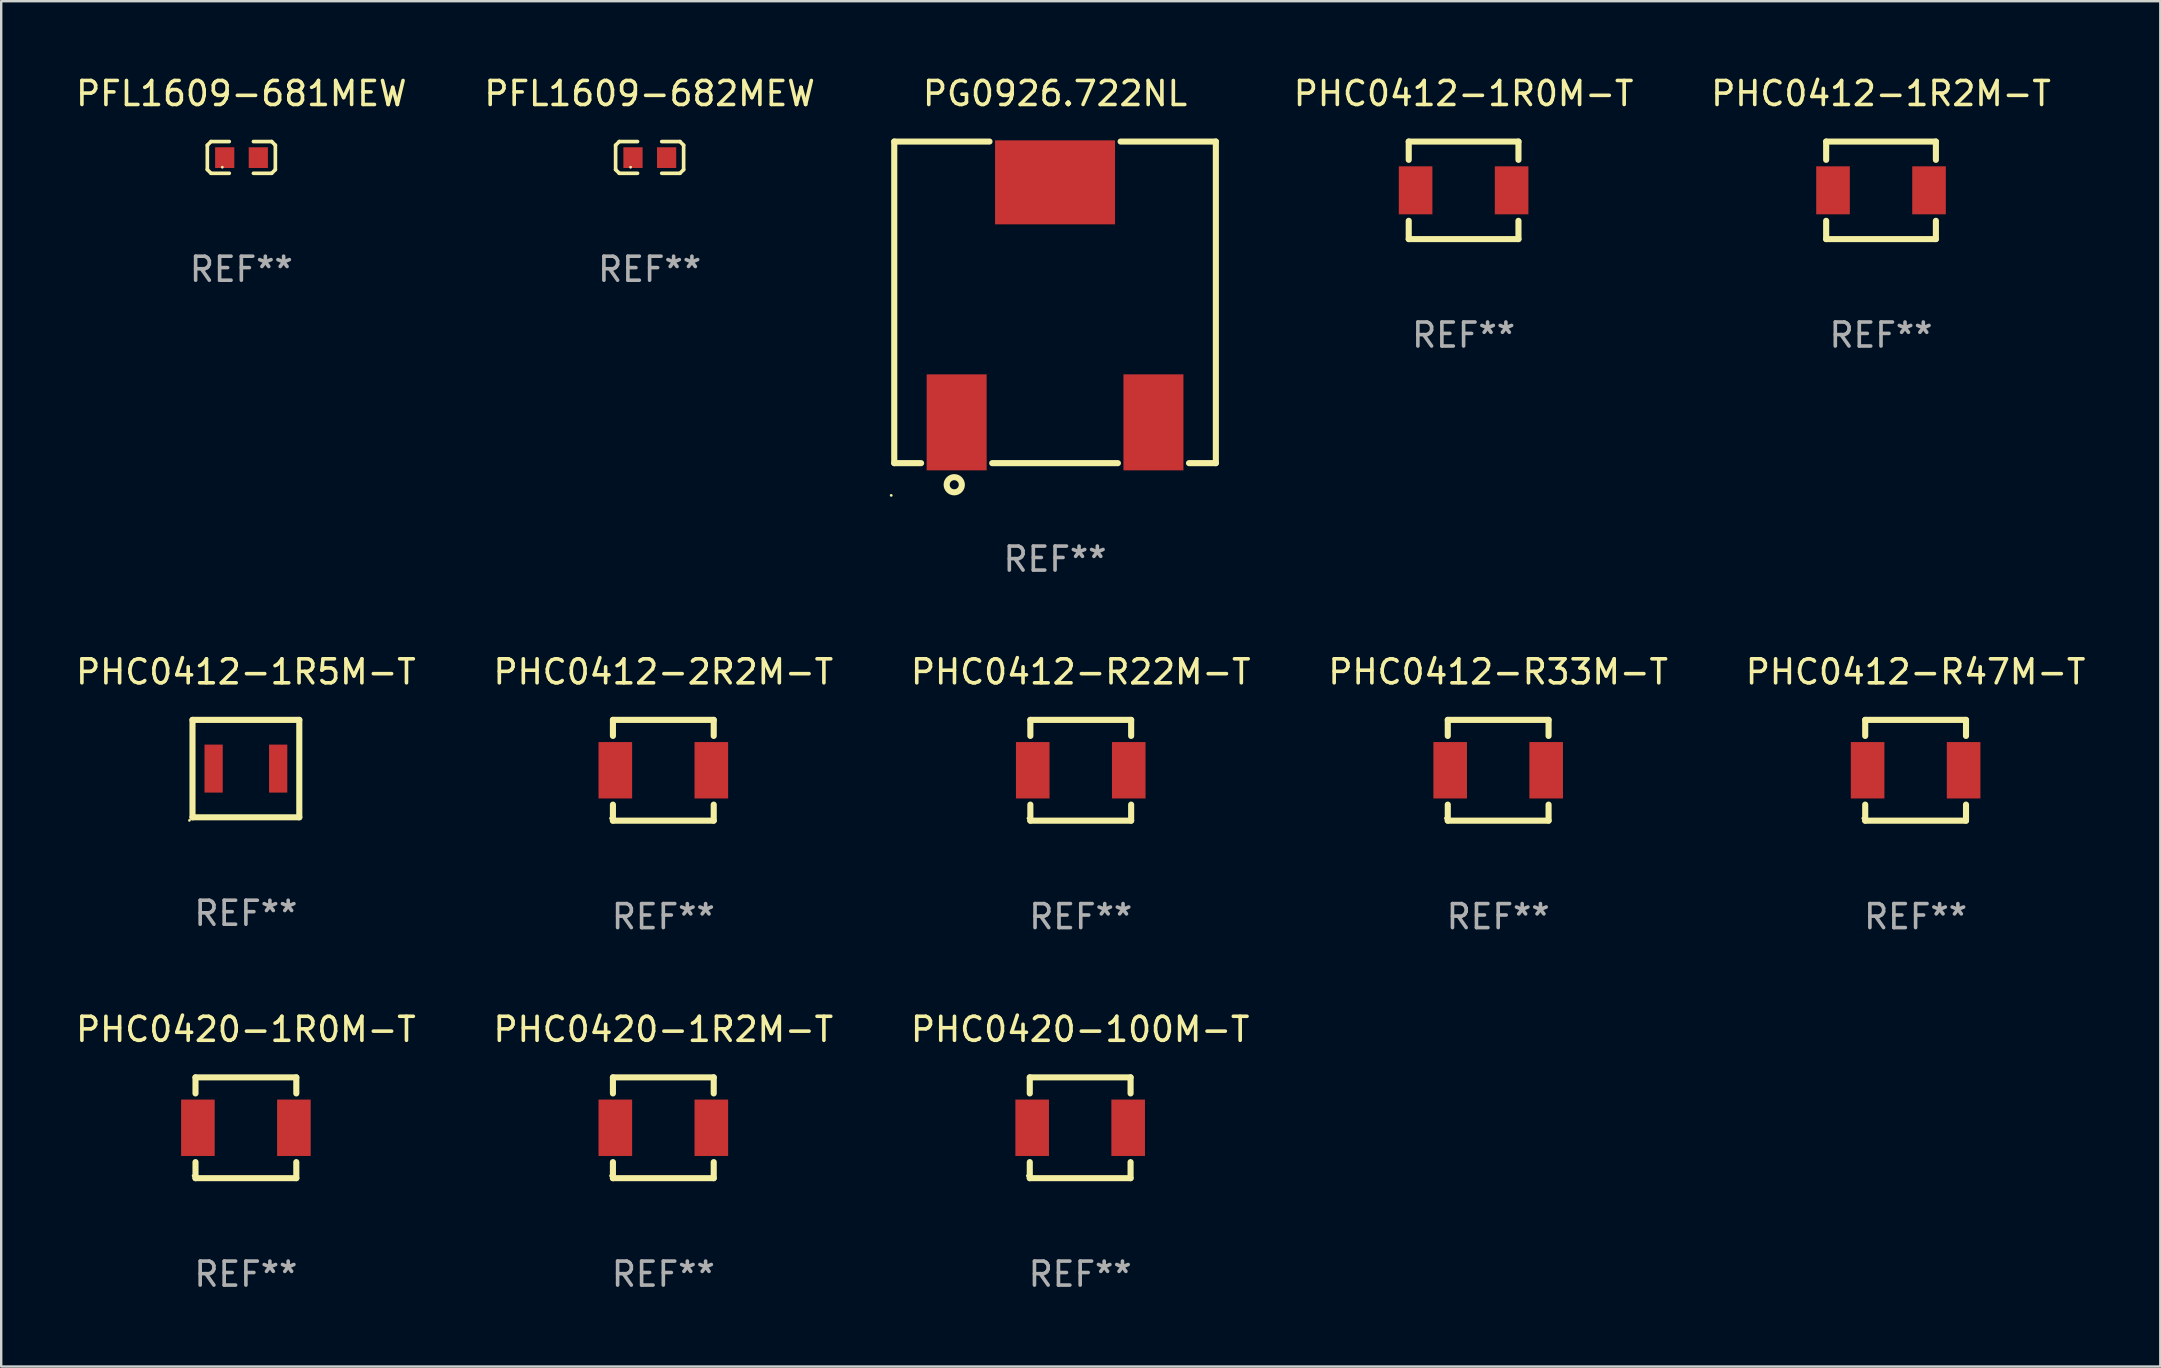
<source format=kicad_pcb>
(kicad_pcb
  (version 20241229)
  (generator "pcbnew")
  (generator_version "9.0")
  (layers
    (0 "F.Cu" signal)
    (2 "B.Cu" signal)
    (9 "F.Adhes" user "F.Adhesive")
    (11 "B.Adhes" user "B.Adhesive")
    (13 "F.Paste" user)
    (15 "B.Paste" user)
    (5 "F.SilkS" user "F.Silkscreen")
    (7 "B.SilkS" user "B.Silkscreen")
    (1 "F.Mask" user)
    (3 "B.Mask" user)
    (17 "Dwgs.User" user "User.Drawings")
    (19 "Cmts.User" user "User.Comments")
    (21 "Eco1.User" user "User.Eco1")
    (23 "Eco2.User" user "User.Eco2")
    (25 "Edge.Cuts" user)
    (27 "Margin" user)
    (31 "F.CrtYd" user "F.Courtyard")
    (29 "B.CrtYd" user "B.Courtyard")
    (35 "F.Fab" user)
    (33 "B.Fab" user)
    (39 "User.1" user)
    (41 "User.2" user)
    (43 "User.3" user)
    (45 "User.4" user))
  (footprint "PHC0412-R33M-T"
    (layer "F.Cu")
    (at 59.375 29.045)
    (property "Reference" "PHC0412-R33M-T" (at 0 -4.1 0) (layer "F.SilkS") (effects (font (size 1 1) (thickness 0.15))))
    (attr through_hole)
    (fp_line (start -2.1 -2.1) (end 2.1 -2.1) (stroke (width 0.254) (type solid)) (layer "F.SilkS"))
    (fp_line (start -2.1 -1.431) (end -2.1 -2.1) (stroke (width 0.254) (type solid)) (layer "F.SilkS"))
    (fp_line (start -2.1 2.1) (end -2.1 1.431) (stroke (width 0.254) (type solid)) (layer "F.SilkS"))
    (fp_line (start 2.1 -2.1) (end 2.1 -1.431) (stroke (width 0.254) (type solid)) (layer "F.SilkS"))
    (fp_line (start 2.1 1.431) (end 2.1 2.1) (stroke (width 0.254) (type solid)) (layer "F.SilkS"))
    (fp_line (start 2.1 2.1) (end -2.1 2.1) (stroke (width 0.254) (type solid)) (layer "F.SilkS"))
    (fp_circle (center -2.2 2) (end -2.17 2) (stroke (width 0.06) (type solid)) (fill no) (layer "F.SilkS"))
    (fp_text user "REF**" (at 0 6.1 0) (layer "F.Fab") (effects (font (size 1 1) (thickness 0.15))))
    (pad "1" smd rect (at -2 0) (size 1.4 2.35) (layers "F.Cu" "F.Mask" "F.Paste"))
    (pad "2" smd rect (at 2 0) (size 1.4 2.35) (layers "F.Cu" "F.Mask" "F.Paste")))
  (footprint "PFL1609-682MEW"
    (layer "F.Cu")
    (at 24.018 3.509)
    (property "Reference" "PFL1609-682MEW" (at 0 -2.661 0) (layer "F.SilkS") (effects (font (size 1 1) (thickness 0.15))))
    (attr through_hole)
    (fp_line (start -1.417 -0.508) (end -1.265 -0.661) (stroke (width 0.152) (type solid)) (layer "F.SilkS"))
    (fp_line (start -1.417 0.508) (end -1.417 -0.508) (stroke (width 0.152) (type solid)) (layer "F.SilkS"))
    (fp_line (start -1.265 -0.661) (end -0.503 -0.661) (stroke (width 0.152) (type solid)) (layer "F.SilkS"))
    (fp_line (start -1.265 0.661) (end -1.417 0.508) (stroke (width 0.152) (type solid)) (layer "F.SilkS"))
    (fp_line (start -1.265 0.661) (end -0.503 0.661) (stroke (width 0.152) (type solid)) (layer "F.SilkS"))
    (fp_line (start 1.265 -0.661) (end 0.503 -0.661) (stroke (width 0.152) (type solid)) (layer "F.SilkS"))
    (fp_line (start 1.265 -0.661) (end 1.417 -0.508) (stroke (width 0.152) (type solid)) (layer "F.SilkS"))
    (fp_line (start 1.265 0.661) (end 0.503 0.661) (stroke (width 0.152) (type solid)) (layer "F.SilkS"))
    (fp_line (start 1.417 -0.508) (end 1.417 0.508) (stroke (width 0.152) (type solid)) (layer "F.SilkS"))
    (fp_line (start 1.417 0.508) (end 1.265 0.661) (stroke (width 0.152) (type solid)) (layer "F.SilkS"))
    (fp_circle (center -0.793 0.409) (end -0.763 0.409) (stroke (width 0.06) (type solid)) (fill no) (layer "F.SilkS"))
    (fp_text user "REF**" (at 0 4.661 0) (layer "F.Fab") (effects (font (size 1 1) (thickness 0.15))))
    (pad "1" smd rect (at -0.693 0.009 180) (size 0.8 0.864) (layers "F.Cu" "F.Mask" "F.Paste"))
    (pad "2" smd rect (at 0.707 0.009 180) (size 0.8 0.864) (layers "F.Cu" "F.Mask" "F.Paste")))
  (footprint "PHC0412-2R2M-T"
    (layer "F.Cu")
    (at 24.589 29.045)
    (property "Reference" "PHC0412-2R2M-T" (at 0 -4.1 0) (layer "F.SilkS") (effects (font (size 1 1) (thickness 0.15))))
    (attr through_hole)
    (fp_line (start -2.1 -2.1) (end 2.1 -2.1) (stroke (width 0.254) (type solid)) (layer "F.SilkS"))
    (fp_line (start -2.1 -1.431) (end -2.1 -2.1) (stroke (width 0.254) (type solid)) (layer "F.SilkS"))
    (fp_line (start -2.1 2.1) (end -2.1 1.431) (stroke (width 0.254) (type solid)) (layer "F.SilkS"))
    (fp_line (start 2.1 -2.1) (end 2.1 -1.431) (stroke (width 0.254) (type solid)) (layer "F.SilkS"))
    (fp_line (start 2.1 1.431) (end 2.1 2.1) (stroke (width 0.254) (type solid)) (layer "F.SilkS"))
    (fp_line (start 2.1 2.1) (end -2.1 2.1) (stroke (width 0.254) (type solid)) (layer "F.SilkS"))
    (fp_circle (center -2.2 2) (end -2.17 2) (stroke (width 0.06) (type solid)) (fill no) (layer "F.SilkS"))
    (fp_text user "REF**" (at 0 6.1 0) (layer "F.Fab") (effects (font (size 1 1) (thickness 0.15))))
    (pad "1" smd rect (at -2 0) (size 1.4 2.35) (layers "F.Cu" "F.Mask" "F.Paste"))
    (pad "2" smd rect (at 2 0) (size 1.4 2.35) (layers "F.Cu" "F.Mask" "F.Paste")))
  (footprint "PFL1609-681MEW"
    (layer "F.Cu")
    (at 7.006 3.509)
    (property "Reference" "PFL1609-681MEW" (at 0 -2.661 0) (layer "F.SilkS") (effects (font (size 1 1) (thickness 0.15))))
    (attr through_hole)
    (fp_line (start -1.417 -0.508) (end -1.265 -0.661) (stroke (width 0.152) (type solid)) (layer "F.SilkS"))
    (fp_line (start -1.417 0.508) (end -1.417 -0.508) (stroke (width 0.152) (type solid)) (layer "F.SilkS"))
    (fp_line (start -1.265 -0.661) (end -0.503 -0.661) (stroke (width 0.152) (type solid)) (layer "F.SilkS"))
    (fp_line (start -1.265 0.661) (end -1.417 0.508) (stroke (width 0.152) (type solid)) (layer "F.SilkS"))
    (fp_line (start -1.265 0.661) (end -0.503 0.661) (stroke (width 0.152) (type solid)) (layer "F.SilkS"))
    (fp_line (start 1.265 -0.661) (end 0.503 -0.661) (stroke (width 0.152) (type solid)) (layer "F.SilkS"))
    (fp_line (start 1.265 -0.661) (end 1.417 -0.508) (stroke (width 0.152) (type solid)) (layer "F.SilkS"))
    (fp_line (start 1.265 0.661) (end 0.503 0.661) (stroke (width 0.152) (type solid)) (layer "F.SilkS"))
    (fp_line (start 1.417 -0.508) (end 1.417 0.508) (stroke (width 0.152) (type solid)) (layer "F.SilkS"))
    (fp_line (start 1.417 0.508) (end 1.265 0.661) (stroke (width 0.152) (type solid)) (layer "F.SilkS"))
    (fp_circle (center -0.793 0.409) (end -0.763 0.409) (stroke (width 0.06) (type solid)) (fill no) (layer "F.SilkS"))
    (fp_text user "REF**" (at 0 4.661 0) (layer "F.Fab") (effects (font (size 1 1) (thickness 0.15))))
    (pad "1" smd rect (at -0.693 0.009 180) (size 0.8 0.864) (layers "F.Cu" "F.Mask" "F.Paste"))
    (pad "2" smd rect (at 0.707 0.009 180) (size 0.8 0.864) (layers "F.Cu" "F.Mask" "F.Paste")))
  (footprint "PHC0412-R47M-T"
    (layer "F.Cu")
    (at 76.768 29.045)
    (property "Reference" "PHC0412-R47M-T" (at 0 -4.1 0) (layer "F.SilkS") (effects (font (size 1 1) (thickness 0.15))))
    (attr through_hole)
    (fp_line (start -2.1 -2.1) (end 2.1 -2.1) (stroke (width 0.254) (type solid)) (layer "F.SilkS"))
    (fp_line (start -2.1 -1.431) (end -2.1 -2.1) (stroke (width 0.254) (type solid)) (layer "F.SilkS"))
    (fp_line (start -2.1 2.1) (end -2.1 1.431) (stroke (width 0.254) (type solid)) (layer "F.SilkS"))
    (fp_line (start 2.1 -2.1) (end 2.1 -1.431) (stroke (width 0.254) (type solid)) (layer "F.SilkS"))
    (fp_line (start 2.1 1.431) (end 2.1 2.1) (stroke (width 0.254) (type solid)) (layer "F.SilkS"))
    (fp_line (start 2.1 2.1) (end -2.1 2.1) (stroke (width 0.254) (type solid)) (layer "F.SilkS"))
    (fp_circle (center -2.2 2) (end -2.17 2) (stroke (width 0.06) (type solid)) (fill no) (layer "F.SilkS"))
    (fp_text user "REF**" (at 0 6.1 0) (layer "F.Fab") (effects (font (size 1 1) (thickness 0.15))))
    (pad "1" smd rect (at -2 0) (size 1.4 2.35) (layers "F.Cu" "F.Mask" "F.Paste"))
    (pad "2" smd rect (at 2 0) (size 1.4 2.35) (layers "F.Cu" "F.Mask" "F.Paste")))
  (footprint "PHC0420-1R2M-T"
    (layer "F.Cu")
    (at 24.589 43.941)
    (property "Reference" "PHC0420-1R2M-T" (at 0 -4.1 0) (layer "F.SilkS") (effects (font (size 1 1) (thickness 0.15))))
    (attr through_hole)
    (fp_line (start -2.1 -2.1) (end 2.1 -2.1) (stroke (width 0.254) (type solid)) (layer "F.SilkS"))
    (fp_line (start -2.1 -1.431) (end -2.1 -2.1) (stroke (width 0.254) (type solid)) (layer "F.SilkS"))
    (fp_line (start -2.1 2.1) (end -2.1 1.431) (stroke (width 0.254) (type solid)) (layer "F.SilkS"))
    (fp_line (start 2.1 -2.1) (end 2.1 -1.431) (stroke (width 0.254) (type solid)) (layer "F.SilkS"))
    (fp_line (start 2.1 1.431) (end 2.1 2.1) (stroke (width 0.254) (type solid)) (layer "F.SilkS"))
    (fp_line (start 2.1 2.1) (end -2.1 2.1) (stroke (width 0.254) (type solid)) (layer "F.SilkS"))
    (fp_circle (center -2.2 2) (end -2.17 2) (stroke (width 0.06) (type solid)) (fill no) (layer "F.SilkS"))
    (fp_text user "REF**" (at 0 6.1 0) (layer "F.Fab") (effects (font (size 1 1) (thickness 0.15))))
    (pad "1" smd rect (at -2 0) (size 1.4 2.35) (layers "F.Cu" "F.Mask" "F.Paste"))
    (pad "2" smd rect (at 2 0) (size 1.4 2.35) (layers "F.Cu" "F.Mask" "F.Paste")))
  (footprint "PHC0412-R22M-T"
    (layer "F.Cu")
    (at 41.982 29.045)
    (property "Reference" "PHC0412-R22M-T" (at 0 -4.1 0) (layer "F.SilkS") (effects (font (size 1 1) (thickness 0.15))))
    (attr through_hole)
    (fp_line (start -2.1 -2.1) (end 2.1 -2.1) (stroke (width 0.254) (type solid)) (layer "F.SilkS"))
    (fp_line (start -2.1 -1.431) (end -2.1 -2.1) (stroke (width 0.254) (type solid)) (layer "F.SilkS"))
    (fp_line (start -2.1 2.1) (end -2.1 1.431) (stroke (width 0.254) (type solid)) (layer "F.SilkS"))
    (fp_line (start 2.1 -2.1) (end 2.1 -1.431) (stroke (width 0.254) (type solid)) (layer "F.SilkS"))
    (fp_line (start 2.1 1.431) (end 2.1 2.1) (stroke (width 0.254) (type solid)) (layer "F.SilkS"))
    (fp_line (start 2.1 2.1) (end -2.1 2.1) (stroke (width 0.254) (type solid)) (layer "F.SilkS"))
    (fp_circle (center -2.2 2) (end -2.17 2) (stroke (width 0.06) (type solid)) (fill no) (layer "F.SilkS"))
    (fp_text user "REF**" (at 0 6.1 0) (layer "F.Fab") (effects (font (size 1 1) (thickness 0.15))))
    (pad "1" smd rect (at -2 0) (size 1.4 2.35) (layers "F.Cu" "F.Mask" "F.Paste"))
    (pad "2" smd rect (at 2 0) (size 1.4 2.35) (layers "F.Cu" "F.Mask" "F.Paste")))
  (footprint "PG0926.722NL"
    (layer "F.Cu")
    (at 40.911 9.548)
    (property "Reference" "PG0926.722NL" (at 0 -8.7 0) (layer "F.SilkS") (effects (font (size 1 1) (thickness 0.15))))
    (attr through_hole)
    (fp_line (start -6.7 -6.7) (end -2.731 -6.7) (stroke (width 0.254) (type solid)) (layer "F.SilkS"))
    (fp_line (start -6.7 6.7) (end -6.7 -6.7) (stroke (width 0.254) (type solid)) (layer "F.SilkS"))
    (fp_line (start -5.581 6.7) (end -6.7 6.7) (stroke (width 0.254) (type solid)) (layer "F.SilkS"))
    (fp_line (start 2.619 6.7) (end -2.619 6.7) (stroke (width 0.254) (type solid)) (layer "F.SilkS"))
    (fp_line (start 2.731 -6.7) (end 6.7 -6.7) (stroke (width 0.254) (type solid)) (layer "F.SilkS"))
    (fp_line (start 6.7 -6.7) (end 6.7 6.7) (stroke (width 0.254) (type solid)) (layer "F.SilkS"))
    (fp_line (start 6.7 6.7) (end 5.581 6.7) (stroke (width 0.254) (type solid)) (layer "F.SilkS"))
    (fp_circle (center -6.827 8.043) (end -6.797 8.043) (stroke (width 0.06) (type solid)) (fill no) (layer "F.SilkS"))
    (fp_circle (center -4.2 7.6) (end -3.884 7.6) (stroke (width 0.254) (type solid)) (fill no) (layer "F.SilkS"))
    (fp_text user "REF**" (at 0 10.7 0) (layer "F.Fab") (effects (font (size 1 1) (thickness 0.15))))
    (pad "1" smd rect (at -4.1 5) (size 2.5 4) (layers "F.Cu" "F.Mask" "F.Paste"))
    (pad "2" smd rect (at 4.1 5) (size 2.5 4) (layers "F.Cu" "F.Mask" "F.Paste"))
    (pad "3" smd rect (at 0 -5 90) (size 3.5 5) (layers "F.Cu" "F.Mask" "F.Paste")))
  (footprint "PHC0420-1R0M-T"
    (layer "F.Cu")
    (at 7.196 43.941)
    (property "Reference" "PHC0420-1R0M-T" (at 0 -4.1 0) (layer "F.SilkS") (effects (font (size 1 1) (thickness 0.15))))
    (attr through_hole)
    (fp_line (start -2.1 -2.1) (end 2.1 -2.1) (stroke (width 0.254) (type solid)) (layer "F.SilkS"))
    (fp_line (start -2.1 -1.431) (end -2.1 -2.1) (stroke (width 0.254) (type solid)) (layer "F.SilkS"))
    (fp_line (start -2.1 2.1) (end -2.1 1.431) (stroke (width 0.254) (type solid)) (layer "F.SilkS"))
    (fp_line (start 2.1 -2.1) (end 2.1 -1.431) (stroke (width 0.254) (type solid)) (layer "F.SilkS"))
    (fp_line (start 2.1 1.431) (end 2.1 2.1) (stroke (width 0.254) (type solid)) (layer "F.SilkS"))
    (fp_line (start 2.1 2.1) (end -2.1 2.1) (stroke (width 0.254) (type solid)) (layer "F.SilkS"))
    (fp_circle (center -2.2 2) (end -2.17 2) (stroke (width 0.06) (type solid)) (fill no) (layer "F.SilkS"))
    (fp_text user "REF**" (at 0 6.1 0) (layer "F.Fab") (effects (font (size 1 1) (thickness 0.15))))
    (pad "1" smd rect (at -2 0) (size 1.4 2.35) (layers "F.Cu" "F.Mask" "F.Paste"))
    (pad "2" smd rect (at 2 0) (size 1.4 2.35) (layers "F.Cu" "F.Mask" "F.Paste")))
  (footprint "PHC0420-100M-T"
    (layer "F.Cu")
    (at 41.958 43.941)
    (property "Reference" "PHC0420-100M-T" (at 0 -4.1 0) (layer "F.SilkS") (effects (font (size 1 1) (thickness 0.15))))
    (attr through_hole)
    (fp_line (start -2.1 -2.1) (end 2.1 -2.1) (stroke (width 0.254) (type solid)) (layer "F.SilkS"))
    (fp_line (start -2.1 -1.431) (end -2.1 -2.1) (stroke (width 0.254) (type solid)) (layer "F.SilkS"))
    (fp_line (start -2.1 2.1) (end -2.1 1.431) (stroke (width 0.254) (type solid)) (layer "F.SilkS"))
    (fp_line (start 2.1 -2.1) (end 2.1 -1.431) (stroke (width 0.254) (type solid)) (layer "F.SilkS"))
    (fp_line (start 2.1 1.431) (end 2.1 2.1) (stroke (width 0.254) (type solid)) (layer "F.SilkS"))
    (fp_line (start 2.1 2.1) (end -2.1 2.1) (stroke (width 0.254) (type solid)) (layer "F.SilkS"))
    (fp_circle (center -2.2 2) (end -2.17 2) (stroke (width 0.06) (type solid)) (fill no) (layer "F.SilkS"))
    (fp_text user "REF**" (at 0 6.1 0) (layer "F.Fab") (effects (font (size 1 1) (thickness 0.15))))
    (pad "1" smd rect (at -2 0) (size 1.4 2.35) (layers "F.Cu" "F.Mask" "F.Paste"))
    (pad "2" smd rect (at 2 0) (size 1.4 2.35) (layers "F.Cu" "F.Mask" "F.Paste")))
  (footprint "PHC0412-1R2M-T"
    (layer "F.Cu")
    (at 75.327 4.88)
    (property "Reference" "PHC0412-1R2M-T" (at 0 -4.032 0) (layer "F.SilkS") (effects (font (size 1 1) (thickness 0.15))))
    (attr through_hole)
    (fp_line (start -2.286 -2.032) (end 2.286 -2.032) (stroke (width 0.254) (type solid)) (layer "F.SilkS"))
    (fp_line (start -2.286 -1.27) (end -2.286 -2.032) (stroke (width 0.254) (type solid)) (layer "F.SilkS"))
    (fp_line (start -2.286 2.032) (end -2.286 1.27) (stroke (width 0.254) (type solid)) (layer "F.SilkS"))
    (fp_line (start 2.286 -2.032) (end 2.286 -1.27) (stroke (width 0.254) (type solid)) (layer "F.SilkS"))
    (fp_line (start 2.286 1.27) (end 2.286 2.032) (stroke (width 0.254) (type solid)) (layer "F.SilkS"))
    (fp_line (start 2.286 2.032) (end -2.286 2.032) (stroke (width 0.254) (type solid)) (layer "F.SilkS"))
    (fp_circle (center -2.25 2.05) (end -2.22 2.05) (stroke (width 0.06) (type solid)) (fill no) (layer "F.SilkS"))
    (fp_text user "REF**" (at 0 6.032 0) (layer "F.Fab") (effects (font (size 1 1) (thickness 0.15))))
    (pad "1" smd rect (at -2 0 90) (size 2 1.4) (layers "F.Cu" "F.Mask" "F.Paste"))
    (pad "2" smd rect (at 2 0 90) (size 2 1.4) (layers "F.Cu" "F.Mask" "F.Paste")))
  (footprint "PHC0412-1R5M-T"
    (layer "F.Cu")
    (at 7.196 28.975)
    (property "Reference" "PHC0412-1R5M-T" (at 0 -4.03 0) (layer "F.SilkS") (effects (font (size 1 1) (thickness 0.15))))
    (attr through_hole)
    (fp_line (start -2.225 -2.03) (end 2.225 -2.03) (stroke (width 0.254) (type solid)) (layer "F.SilkS"))
    (fp_line (start -2.225 2.03) (end -2.225 -2.03) (stroke (width 0.254) (type solid)) (layer "F.SilkS"))
    (fp_line (start 2.225 2.03) (end -2.225 2.03) (stroke (width 0.254) (type solid)) (layer "F.SilkS"))
    (fp_line (start 2.225 2.03) (end 2.225 -2.03) (stroke (width 0.254) (type solid)) (layer "F.SilkS"))
    (fp_circle (center -2.352 2.157) (end -2.322 2.157) (stroke (width 0.06) (type solid)) (fill no) (layer "F.SilkS"))
    (fp_text user "REF**" (at 0 6.03 0) (layer "F.Fab") (effects (font (size 1 1) (thickness 0.15))))
    (pad "1" smd rect (at -1.345 0 90) (size 2 0.76) (layers "F.Cu" "F.Mask" "F.Paste"))
    (pad "2" smd rect (at 1.345 0 90) (size 2 0.76) (layers "F.Cu" "F.Mask" "F.Paste")))
  (footprint "PHC0412-1R0M-T"
    (layer "F.Cu")
    (at 57.934 4.88)
    (property "Reference" "PHC0412-1R0M-T" (at 0 -4.032 0) (layer "F.SilkS") (effects (font (size 1 1) (thickness 0.15))))
    (attr through_hole)
    (fp_line (start -2.286 -2.032) (end 2.286 -2.032) (stroke (width 0.254) (type solid)) (layer "F.SilkS"))
    (fp_line (start -2.286 -1.27) (end -2.286 -2.032) (stroke (width 0.254) (type solid)) (layer "F.SilkS"))
    (fp_line (start -2.286 2.032) (end -2.286 1.27) (stroke (width 0.254) (type solid)) (layer "F.SilkS"))
    (fp_line (start 2.286 -2.032) (end 2.286 -1.27) (stroke (width 0.254) (type solid)) (layer "F.SilkS"))
    (fp_line (start 2.286 1.27) (end 2.286 2.032) (stroke (width 0.254) (type solid)) (layer "F.SilkS"))
    (fp_line (start 2.286 2.032) (end -2.286 2.032) (stroke (width 0.254) (type solid)) (layer "F.SilkS"))
    (fp_circle (center -2.25 2.05) (end -2.22 2.05) (stroke (width 0.06) (type solid)) (fill no) (layer "F.SilkS"))
    (fp_text user "REF**" (at 0 6.032 0) (layer "F.Fab") (effects (font (size 1 1) (thickness 0.15))))
    (pad "1" smd rect (at -2 0 90) (size 2 1.4) (layers "F.Cu" "F.Mask" "F.Paste"))
    (pad "2" smd rect (at 2 0 90) (size 2 1.4) (layers "F.Cu" "F.Mask" "F.Paste")))
  (gr_rect
    (start -3 -3)
    (end 86.964 53.89)
    (stroke (width 0.1) (type default))
    (fill no)
    (layer "Edge.Cuts")))
</source>
